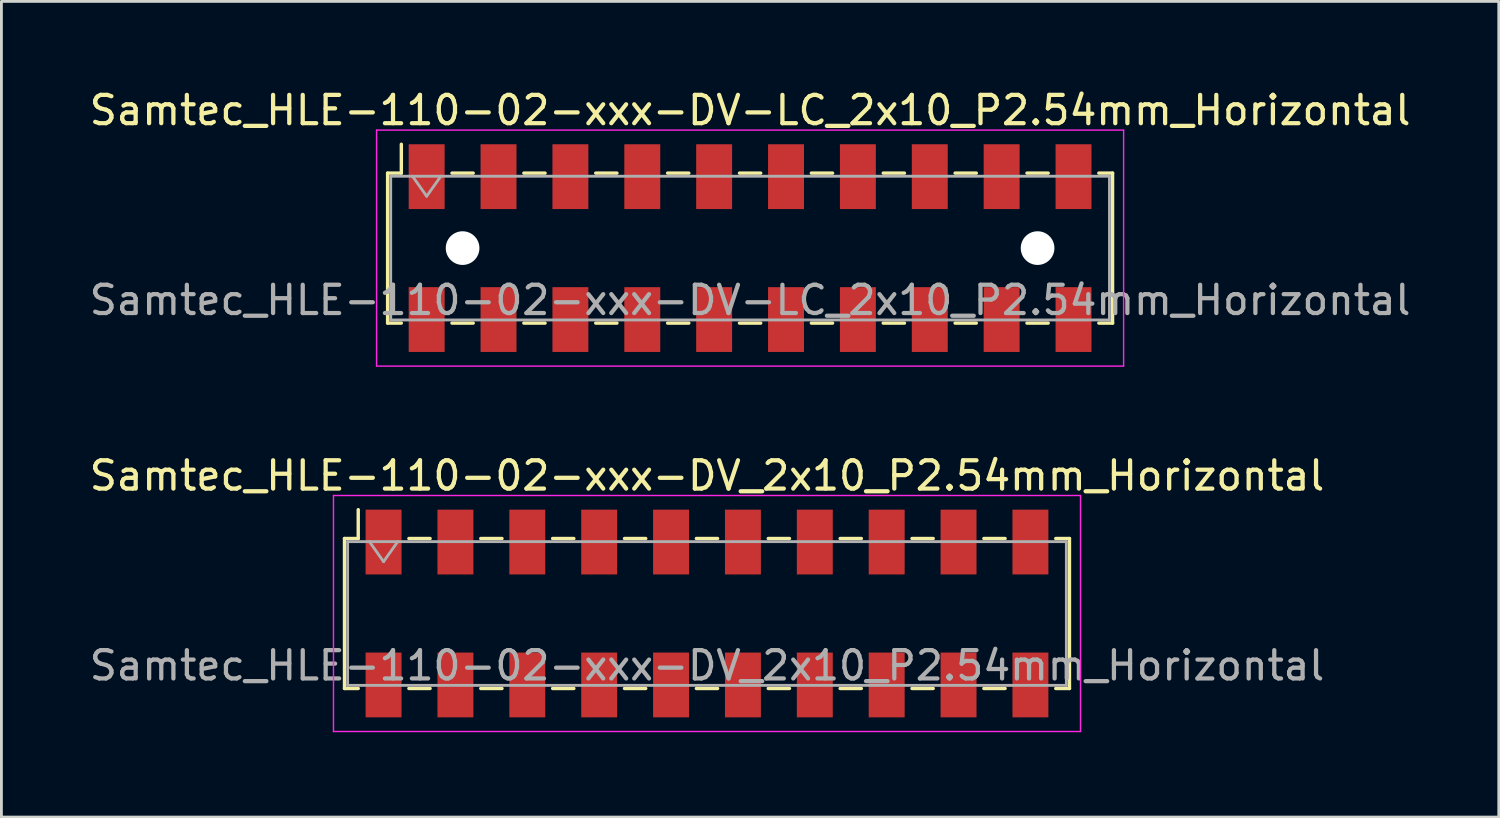
<source format=kicad_pcb>
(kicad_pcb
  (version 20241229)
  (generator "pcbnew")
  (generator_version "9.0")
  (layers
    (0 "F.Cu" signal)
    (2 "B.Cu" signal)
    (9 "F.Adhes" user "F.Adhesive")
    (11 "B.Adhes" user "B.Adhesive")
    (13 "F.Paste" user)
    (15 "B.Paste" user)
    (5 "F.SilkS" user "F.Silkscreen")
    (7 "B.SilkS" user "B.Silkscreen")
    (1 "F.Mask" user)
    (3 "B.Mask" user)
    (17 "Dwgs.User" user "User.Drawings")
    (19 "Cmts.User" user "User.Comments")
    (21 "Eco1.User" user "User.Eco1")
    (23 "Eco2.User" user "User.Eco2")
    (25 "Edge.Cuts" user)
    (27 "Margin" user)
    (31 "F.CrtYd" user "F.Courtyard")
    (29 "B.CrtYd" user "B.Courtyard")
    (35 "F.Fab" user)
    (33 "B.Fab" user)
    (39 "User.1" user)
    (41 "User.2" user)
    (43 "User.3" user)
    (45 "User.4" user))
  (footprint "Samtec_HLE-110-02-xxx-DV_2x10_P2.54mm_Horizontal"
    (layer "F.Cu")
    (at 21.935 18.631)
    (property "Reference" "Samtec_HLE-110-02-xxx-DV_2x10_P2.54mm_Horizontal" (at 0 -4.87 0) (layer "F.SilkS") (effects (font (size 1 1) (thickness 0.15))))
    (attr smd)
    (fp_line (start -12.81 -2.65) (end -12.81 2.65) (stroke (width 0.12) (type solid)) (layer "F.SilkS"))
    (fp_line (start -12.81 2.65) (end -12.325 2.65) (stroke (width 0.12) (type solid)) (layer "F.SilkS"))
    (fp_line (start -12.325 -3.67) (end -12.325 -2.65) (stroke (width 0.12) (type solid)) (layer "F.SilkS"))
    (fp_line (start -12.325 -2.65) (end -12.81 -2.65) (stroke (width 0.12) (type solid)) (layer "F.SilkS"))
    (fp_line (start -10.535 -2.65) (end -9.785 -2.65) (stroke (width 0.12) (type solid)) (layer "F.SilkS"))
    (fp_line (start -10.535 2.65) (end -9.785 2.65) (stroke (width 0.12) (type solid)) (layer "F.SilkS"))
    (fp_line (start -7.995 -2.65) (end -7.245 -2.65) (stroke (width 0.12) (type solid)) (layer "F.SilkS"))
    (fp_line (start -7.995 2.65) (end -7.245 2.65) (stroke (width 0.12) (type solid)) (layer "F.SilkS"))
    (fp_line (start -5.455 -2.65) (end -4.705 -2.65) (stroke (width 0.12) (type solid)) (layer "F.SilkS"))
    (fp_line (start -5.455 2.65) (end -4.705 2.65) (stroke (width 0.12) (type solid)) (layer "F.SilkS"))
    (fp_line (start -2.915 -2.65) (end -2.165 -2.65) (stroke (width 0.12) (type solid)) (layer "F.SilkS"))
    (fp_line (start -2.915 2.65) (end -2.165 2.65) (stroke (width 0.12) (type solid)) (layer "F.SilkS"))
    (fp_line (start -0.375 -2.65) (end 0.375 -2.65) (stroke (width 0.12) (type solid)) (layer "F.SilkS"))
    (fp_line (start -0.375 2.65) (end 0.375 2.65) (stroke (width 0.12) (type solid)) (layer "F.SilkS"))
    (fp_line (start 2.165 -2.65) (end 2.915 -2.65) (stroke (width 0.12) (type solid)) (layer "F.SilkS"))
    (fp_line (start 2.165 2.65) (end 2.915 2.65) (stroke (width 0.12) (type solid)) (layer "F.SilkS"))
    (fp_line (start 4.705 -2.65) (end 5.455 -2.65) (stroke (width 0.12) (type solid)) (layer "F.SilkS"))
    (fp_line (start 4.705 2.65) (end 5.455 2.65) (stroke (width 0.12) (type solid)) (layer "F.SilkS"))
    (fp_line (start 7.245 -2.65) (end 7.995 -2.65) (stroke (width 0.12) (type solid)) (layer "F.SilkS"))
    (fp_line (start 7.245 2.65) (end 7.995 2.65) (stroke (width 0.12) (type solid)) (layer "F.SilkS"))
    (fp_line (start 9.785 -2.65) (end 10.535 -2.65) (stroke (width 0.12) (type solid)) (layer "F.SilkS"))
    (fp_line (start 9.785 2.65) (end 10.535 2.65) (stroke (width 0.12) (type solid)) (layer "F.SilkS"))
    (fp_line (start 12.325 -2.65) (end 12.81 -2.65) (stroke (width 0.12) (type solid)) (layer "F.SilkS"))
    (fp_line (start 12.81 -2.65) (end 12.81 2.65) (stroke (width 0.12) (type solid)) (layer "F.SilkS"))
    (fp_line (start 12.81 2.65) (end 12.325 2.65) (stroke (width 0.12) (type solid)) (layer "F.SilkS"))
    (fp_line (start -13.2 -4.17) (end 13.2 -4.17) (stroke (width 0.05) (type solid)) (layer "F.CrtYd"))
    (fp_line (start -13.2 4.17) (end -13.2 -4.17) (stroke (width 0.05) (type solid)) (layer "F.CrtYd"))
    (fp_line (start 13.2 -4.17) (end 13.2 4.17) (stroke (width 0.05) (type solid)) (layer "F.CrtYd"))
    (fp_line (start 13.2 4.17) (end -13.2 4.17) (stroke (width 0.05) (type solid)) (layer "F.CrtYd"))
    (fp_line (start -12.7 -2.54) (end 12.7 -2.54) (stroke (width 0.1) (type solid)) (layer "F.Fab"))
    (fp_line (start -12.7 2.54) (end -12.7 -2.54) (stroke (width 0.1) (type solid)) (layer "F.Fab"))
    (fp_line (start -11.93 -2.54) (end -11.43 -1.833) (stroke (width 0.1) (type solid)) (layer "F.Fab"))
    (fp_line (start -11.43 -1.833) (end -10.93 -2.54) (stroke (width 0.1) (type solid)) (layer "F.Fab"))
    (fp_line (start 12.7 -2.54) (end 12.7 2.54) (stroke (width 0.1) (type solid)) (layer "F.Fab"))
    (fp_line (start 12.7 2.54) (end -12.7 2.54) (stroke (width 0.1) (type solid)) (layer "F.Fab"))
    (fp_text user "${REFERENCE}" (at 0 1.84 0) (layer "F.Fab") (effects (font (size 1 1) (thickness 0.15))))
    (pad "1" smd rect (at -11.43 -2.525) (size 1.27 2.29) (layers "F.Cu" "F.Mask" "F.Paste"))
    (pad "2" smd rect (at -11.43 2.525) (size 1.27 2.29) (layers "F.Cu" "F.Mask" "F.Paste"))
    (pad "3" smd rect (at -8.89 -2.525) (size 1.27 2.29) (layers "F.Cu" "F.Mask" "F.Paste"))
    (pad "4" smd rect (at -8.89 2.525) (size 1.27 2.29) (layers "F.Cu" "F.Mask" "F.Paste"))
    (pad "5" smd rect (at -6.35 -2.525) (size 1.27 2.29) (layers "F.Cu" "F.Mask" "F.Paste"))
    (pad "6" smd rect (at -6.35 2.525) (size 1.27 2.29) (layers "F.Cu" "F.Mask" "F.Paste"))
    (pad "7" smd rect (at -3.81 -2.525) (size 1.27 2.29) (layers "F.Cu" "F.Mask" "F.Paste"))
    (pad "8" smd rect (at -3.81 2.525) (size 1.27 2.29) (layers "F.Cu" "F.Mask" "F.Paste"))
    (pad "9" smd rect (at -1.27 -2.525) (size 1.27 2.29) (layers "F.Cu" "F.Mask" "F.Paste"))
    (pad "10" smd rect (at -1.27 2.525) (size 1.27 2.29) (layers "F.Cu" "F.Mask" "F.Paste"))
    (pad "11" smd rect (at 1.27 -2.525) (size 1.27 2.29) (layers "F.Cu" "F.Mask" "F.Paste"))
    (pad "12" smd rect (at 1.27 2.525) (size 1.27 2.29) (layers "F.Cu" "F.Mask" "F.Paste"))
    (pad "13" smd rect (at 3.81 -2.525) (size 1.27 2.29) (layers "F.Cu" "F.Mask" "F.Paste"))
    (pad "14" smd rect (at 3.81 2.525) (size 1.27 2.29) (layers "F.Cu" "F.Mask" "F.Paste"))
    (pad "15" smd rect (at 6.35 -2.525) (size 1.27 2.29) (layers "F.Cu" "F.Mask" "F.Paste"))
    (pad "16" smd rect (at 6.35 2.525) (size 1.27 2.29) (layers "F.Cu" "F.Mask" "F.Paste"))
    (pad "17" smd rect (at 8.89 -2.525) (size 1.27 2.29) (layers "F.Cu" "F.Mask" "F.Paste"))
    (pad "18" smd rect (at 8.89 2.525) (size 1.27 2.29) (layers "F.Cu" "F.Mask" "F.Paste"))
    (pad "19" smd rect (at 11.43 -2.525) (size 1.27 2.29) (layers "F.Cu" "F.Mask" "F.Paste"))
    (pad "20" smd rect (at 11.43 2.525) (size 1.27 2.29) (layers "F.Cu" "F.Mask" "F.Paste")))
  (footprint "Samtec_HLE-110-02-xxx-DV-LC_2x10_P2.54mm_Horizontal"
    (layer "F.Cu")
    (at 23.458 5.718)
    (property "Reference" "Samtec_HLE-110-02-xxx-DV-LC_2x10_P2.54mm_Horizontal" (at 0 -4.87 0) (layer "F.SilkS") (effects (font (size 1 1) (thickness 0.15))))
    (attr smd)
    (fp_line (start -12.81 -2.65) (end -12.81 2.65) (stroke (width 0.12) (type solid)) (layer "F.SilkS"))
    (fp_line (start -12.81 2.65) (end -12.325 2.65) (stroke (width 0.12) (type solid)) (layer "F.SilkS"))
    (fp_line (start -12.325 -3.67) (end -12.325 -2.65) (stroke (width 0.12) (type solid)) (layer "F.SilkS"))
    (fp_line (start -12.325 -2.65) (end -12.81 -2.65) (stroke (width 0.12) (type solid)) (layer "F.SilkS"))
    (fp_line (start -10.535 -2.65) (end -9.785 -2.65) (stroke (width 0.12) (type solid)) (layer "F.SilkS"))
    (fp_line (start -10.535 2.65) (end -9.785 2.65) (stroke (width 0.12) (type solid)) (layer "F.SilkS"))
    (fp_line (start -7.995 -2.65) (end -7.245 -2.65) (stroke (width 0.12) (type solid)) (layer "F.SilkS"))
    (fp_line (start -7.995 2.65) (end -7.245 2.65) (stroke (width 0.12) (type solid)) (layer "F.SilkS"))
    (fp_line (start -5.455 -2.65) (end -4.705 -2.65) (stroke (width 0.12) (type solid)) (layer "F.SilkS"))
    (fp_line (start -5.455 2.65) (end -4.705 2.65) (stroke (width 0.12) (type solid)) (layer "F.SilkS"))
    (fp_line (start -2.915 -2.65) (end -2.165 -2.65) (stroke (width 0.12) (type solid)) (layer "F.SilkS"))
    (fp_line (start -2.915 2.65) (end -2.165 2.65) (stroke (width 0.12) (type solid)) (layer "F.SilkS"))
    (fp_line (start -0.375 -2.65) (end 0.375 -2.65) (stroke (width 0.12) (type solid)) (layer "F.SilkS"))
    (fp_line (start -0.375 2.65) (end 0.375 2.65) (stroke (width 0.12) (type solid)) (layer "F.SilkS"))
    (fp_line (start 2.165 -2.65) (end 2.915 -2.65) (stroke (width 0.12) (type solid)) (layer "F.SilkS"))
    (fp_line (start 2.165 2.65) (end 2.915 2.65) (stroke (width 0.12) (type solid)) (layer "F.SilkS"))
    (fp_line (start 4.705 -2.65) (end 5.455 -2.65) (stroke (width 0.12) (type solid)) (layer "F.SilkS"))
    (fp_line (start 4.705 2.65) (end 5.455 2.65) (stroke (width 0.12) (type solid)) (layer "F.SilkS"))
    (fp_line (start 7.245 -2.65) (end 7.995 -2.65) (stroke (width 0.12) (type solid)) (layer "F.SilkS"))
    (fp_line (start 7.245 2.65) (end 7.995 2.65) (stroke (width 0.12) (type solid)) (layer "F.SilkS"))
    (fp_line (start 9.785 -2.65) (end 10.535 -2.65) (stroke (width 0.12) (type solid)) (layer "F.SilkS"))
    (fp_line (start 9.785 2.65) (end 10.535 2.65) (stroke (width 0.12) (type solid)) (layer "F.SilkS"))
    (fp_line (start 12.325 -2.65) (end 12.81 -2.65) (stroke (width 0.12) (type solid)) (layer "F.SilkS"))
    (fp_line (start 12.81 -2.65) (end 12.81 2.65) (stroke (width 0.12) (type solid)) (layer "F.SilkS"))
    (fp_line (start 12.81 2.65) (end 12.325 2.65) (stroke (width 0.12) (type solid)) (layer "F.SilkS"))
    (fp_line (start -13.2 -4.17) (end 13.2 -4.17) (stroke (width 0.05) (type solid)) (layer "F.CrtYd"))
    (fp_line (start -13.2 4.17) (end -13.2 -4.17) (stroke (width 0.05) (type solid)) (layer "F.CrtYd"))
    (fp_line (start 13.2 -4.17) (end 13.2 4.17) (stroke (width 0.05) (type solid)) (layer "F.CrtYd"))
    (fp_line (start 13.2 4.17) (end -13.2 4.17) (stroke (width 0.05) (type solid)) (layer "F.CrtYd"))
    (fp_line (start -12.7 -2.54) (end 12.7 -2.54) (stroke (width 0.1) (type solid)) (layer "F.Fab"))
    (fp_line (start -12.7 2.54) (end -12.7 -2.54) (stroke (width 0.1) (type solid)) (layer "F.Fab"))
    (fp_line (start -11.93 -2.54) (end -11.43 -1.833) (stroke (width 0.1) (type solid)) (layer "F.Fab"))
    (fp_line (start -11.43 -1.833) (end -10.93 -2.54) (stroke (width 0.1) (type solid)) (layer "F.Fab"))
    (fp_line (start 12.7 -2.54) (end 12.7 2.54) (stroke (width 0.1) (type solid)) (layer "F.Fab"))
    (fp_line (start 12.7 2.54) (end -12.7 2.54) (stroke (width 0.1) (type solid)) (layer "F.Fab"))
    (fp_text user "${REFERENCE}" (at 0 1.84 0) (layer "F.Fab") (effects (font (size 1 1) (thickness 0.15))))
    (pad "" np_thru_hole circle (at -10.16 0) (size 1.19 1.19) (drill 1.19) (layers "*.Cu" "*.Mask"))
    (pad "" np_thru_hole circle (at 10.16 0) (size 1.19 1.19) (drill 1.19) (layers "*.Cu" "*.Mask"))
    (pad "1" smd rect (at -11.43 -2.525) (size 1.27 2.29) (layers "F.Cu" "F.Mask" "F.Paste"))
    (pad "2" smd rect (at -11.43 2.525) (size 1.27 2.29) (layers "F.Cu" "F.Mask" "F.Paste"))
    (pad "3" smd rect (at -8.89 -2.525) (size 1.27 2.29) (layers "F.Cu" "F.Mask" "F.Paste"))
    (pad "4" smd rect (at -8.89 2.525) (size 1.27 2.29) (layers "F.Cu" "F.Mask" "F.Paste"))
    (pad "5" smd rect (at -6.35 -2.525) (size 1.27 2.29) (layers "F.Cu" "F.Mask" "F.Paste"))
    (pad "6" smd rect (at -6.35 2.525) (size 1.27 2.29) (layers "F.Cu" "F.Mask" "F.Paste"))
    (pad "7" smd rect (at -3.81 -2.525) (size 1.27 2.29) (layers "F.Cu" "F.Mask" "F.Paste"))
    (pad "8" smd rect (at -3.81 2.525) (size 1.27 2.29) (layers "F.Cu" "F.Mask" "F.Paste"))
    (pad "9" smd rect (at -1.27 -2.525) (size 1.27 2.29) (layers "F.Cu" "F.Mask" "F.Paste"))
    (pad "10" smd rect (at -1.27 2.525) (size 1.27 2.29) (layers "F.Cu" "F.Mask" "F.Paste"))
    (pad "11" smd rect (at 1.27 -2.525) (size 1.27 2.29) (layers "F.Cu" "F.Mask" "F.Paste"))
    (pad "12" smd rect (at 1.27 2.525) (size 1.27 2.29) (layers "F.Cu" "F.Mask" "F.Paste"))
    (pad "13" smd rect (at 3.81 -2.525) (size 1.27 2.29) (layers "F.Cu" "F.Mask" "F.Paste"))
    (pad "14" smd rect (at 3.81 2.525) (size 1.27 2.29) (layers "F.Cu" "F.Mask" "F.Paste"))
    (pad "15" smd rect (at 6.35 -2.525) (size 1.27 2.29) (layers "F.Cu" "F.Mask" "F.Paste"))
    (pad "16" smd rect (at 6.35 2.525) (size 1.27 2.29) (layers "F.Cu" "F.Mask" "F.Paste"))
    (pad "17" smd rect (at 8.89 -2.525) (size 1.27 2.29) (layers "F.Cu" "F.Mask" "F.Paste"))
    (pad "18" smd rect (at 8.89 2.525) (size 1.27 2.29) (layers "F.Cu" "F.Mask" "F.Paste"))
    (pad "19" smd rect (at 11.43 -2.525) (size 1.27 2.29) (layers "F.Cu" "F.Mask" "F.Paste"))
    (pad "20" smd rect (at 11.43 2.525) (size 1.27 2.29) (layers "F.Cu" "F.Mask" "F.Paste")))
  (gr_rect
    (start -3 -3)
    (end 49.917 25.826)
    (stroke (width 0.1) (type default))
    (fill no)
    (layer "Edge.Cuts")))
</source>
